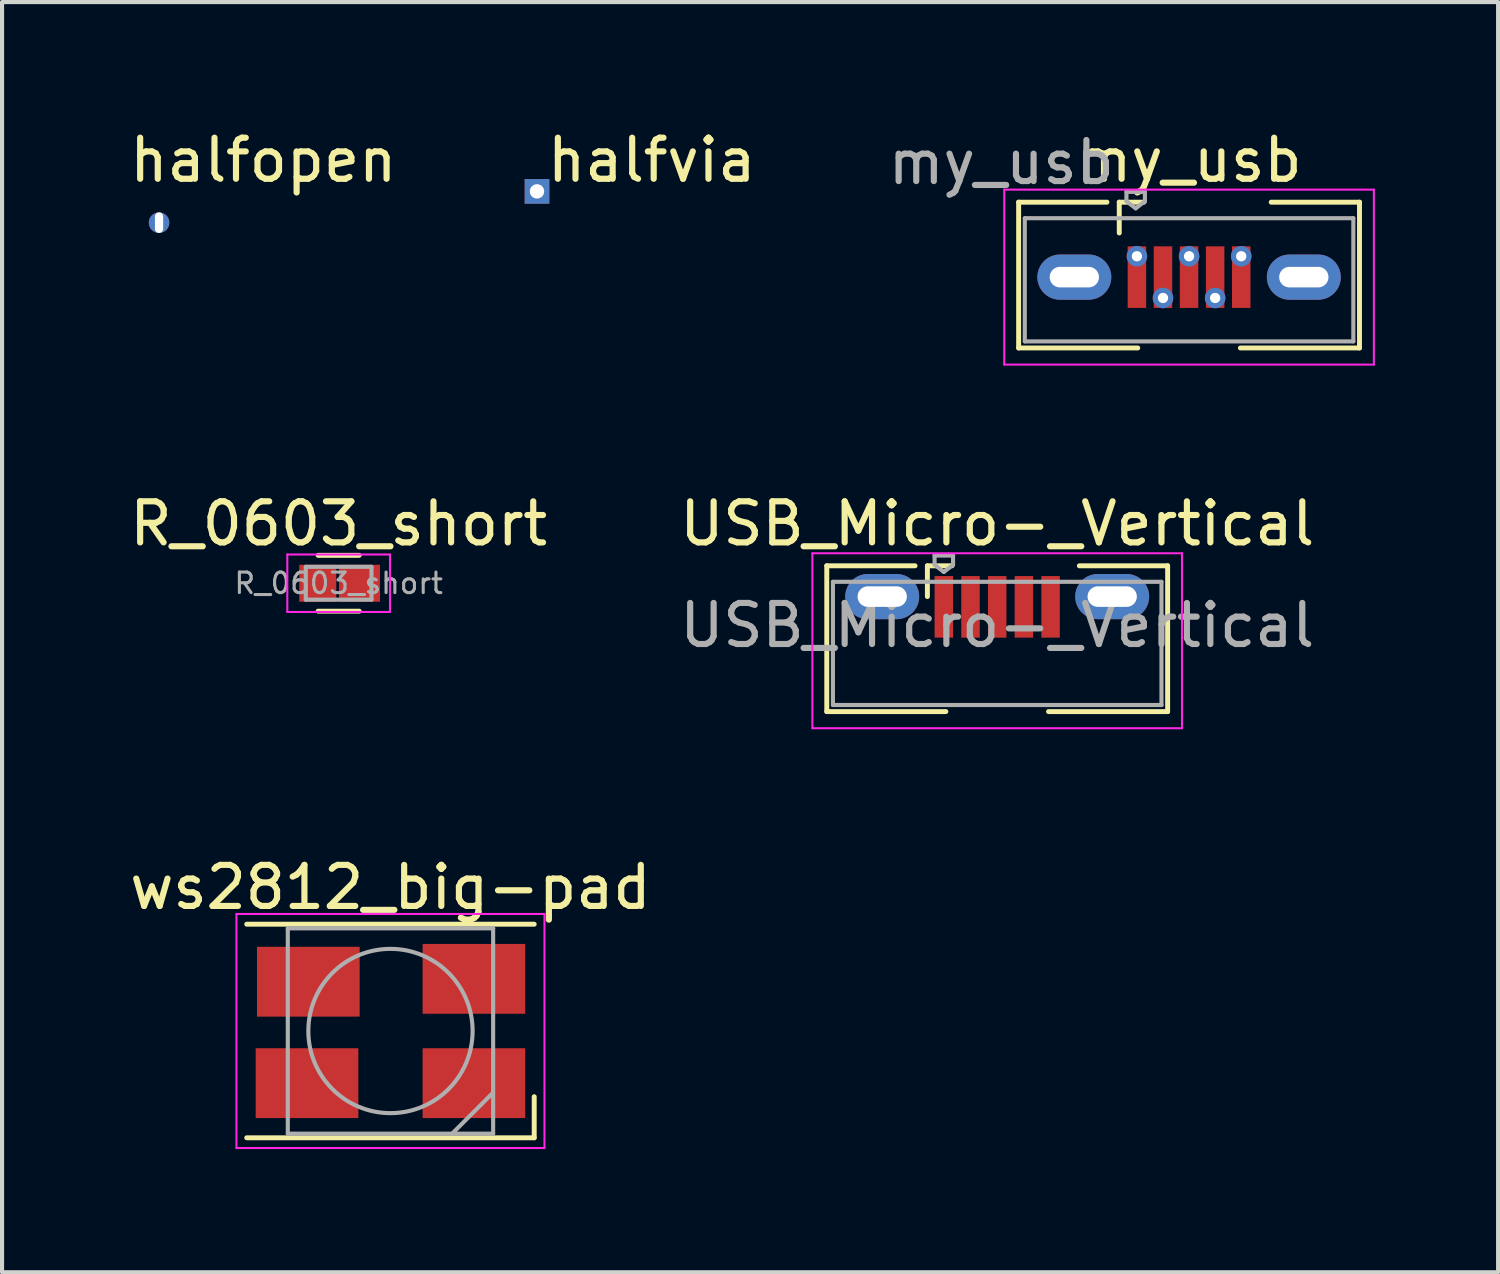
<source format=kicad_pcb>
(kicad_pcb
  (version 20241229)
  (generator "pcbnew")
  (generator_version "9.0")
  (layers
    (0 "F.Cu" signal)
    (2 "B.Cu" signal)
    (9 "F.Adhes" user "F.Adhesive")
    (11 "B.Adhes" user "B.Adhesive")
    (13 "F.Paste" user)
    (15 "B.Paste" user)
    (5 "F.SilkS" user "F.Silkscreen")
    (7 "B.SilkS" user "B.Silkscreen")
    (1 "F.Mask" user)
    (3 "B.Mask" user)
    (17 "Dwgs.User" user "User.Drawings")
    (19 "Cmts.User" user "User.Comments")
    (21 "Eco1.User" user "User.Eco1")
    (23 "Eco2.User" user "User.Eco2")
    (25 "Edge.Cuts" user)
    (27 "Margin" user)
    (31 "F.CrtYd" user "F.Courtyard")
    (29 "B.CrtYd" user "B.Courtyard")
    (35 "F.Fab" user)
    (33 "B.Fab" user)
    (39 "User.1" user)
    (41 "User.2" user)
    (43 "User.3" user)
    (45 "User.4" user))
  (footprint "halfopen"
    (layer "F.Cu")
    (at 0.823 2.372)
    (property "Reference" "halfopen" (at 2.54 -1.524 0) (layer "F.SilkS") (effects (font (size 1 1) (thickness 0.15))))
    (attr through_hole)
    (pad "1" thru_hole circle (at 0 0) (size 0.5 0.5) (drill oval 0.2 0.5) (layers "*.Cu" "*.Mask")))
  (footprint "ws2812_big-pad"
    (placed yes)
    (layer "F.Cu")
    (at 6.458 22.055)
    (property "Reference" "ws2812_big-pad" (at 0 -3.5 0) (layer "F.SilkS") (effects (font (size 1 1) (thickness 0.15))))
    (attr smd)
    (fp_line (start -3.5 -2.6) (end 3.5 -2.6) (stroke (width 0.12) (type solid)) (layer "F.SilkS"))
    (fp_line (start -3.5 2.6) (end 3.5 2.6) (stroke (width 0.12) (type solid)) (layer "F.SilkS"))
    (fp_line (start 3.5 2.6) (end 3.5 1.6) (stroke (width 0.12) (type solid)) (layer "F.SilkS"))
    (fp_line (start -3.75 -2.85) (end -3.75 2.85) (stroke (width 0.05) (type solid)) (layer "F.CrtYd"))
    (fp_line (start -3.75 2.85) (end 3.75 2.85) (stroke (width 0.05) (type solid)) (layer "F.CrtYd"))
    (fp_line (start 3.75 -2.85) (end -3.75 -2.85) (stroke (width 0.05) (type solid)) (layer "F.CrtYd"))
    (fp_line (start 3.75 2.85) (end 3.75 -2.85) (stroke (width 0.05) (type solid)) (layer "F.CrtYd"))
    (fp_line (start -2.5 -2.5) (end -2.5 2.5) (stroke (width 0.1) (type solid)) (layer "F.Fab"))
    (fp_line (start -2.5 2.5) (end 2.5 2.5) (stroke (width 0.1) (type solid)) (layer "F.Fab"))
    (fp_line (start 2.5 -2.5) (end -2.5 -2.5) (stroke (width 0.1) (type solid)) (layer "F.Fab"))
    (fp_line (start 2.5 1.5) (end 1.5 2.5) (stroke (width 0.1) (type solid)) (layer "F.Fab"))
    (fp_line (start 2.5 2.5) (end 2.5 -2.5) (stroke (width 0.1) (type solid)) (layer "F.Fab"))
    (fp_circle (center 0 0) (end 0 -2) (stroke (width 0.1) (type solid)) (fill no) (layer "F.Fab"))
    (pad "1" smd rect (at -2 -1.2) (size 2.5 1.7) (layers "F.Cu" "F.Mask" "F.Paste"))
    (pad "2" smd rect (at -2.032 1.27) (size 2.5 1.7) (layers "F.Cu" "F.Mask" "F.Paste"))
    (pad "3" smd rect (at 2.032 1.27) (size 2.5 1.7) (layers "F.Cu" "F.Mask" "F.Paste"))
    (pad "4" smd rect (at 2.032 -1.27) (size 2.5 1.7) (layers "F.Cu" "F.Mask" "F.Paste")))
  (footprint "R_0603_short"
    (placed yes)
    (layer "F.Cu")
    (at 5.196 11.152)
    (property "Reference" "R_0603_short" (at 0 -1.45 0) (layer "F.SilkS") (effects (font (size 1 1) (thickness 0.15))))
    (attr smd)
    (fp_line (start -0.5 -0.68) (end 0.5 -0.68) (stroke (width 0.12) (type solid)) (layer "F.SilkS"))
    (fp_line (start 0.5 0.68) (end -0.5 0.68) (stroke (width 0.12) (type solid)) (layer "F.SilkS"))
    (fp_line (start -1.25 -0.7) (end -1.25 0.7) (stroke (width 0.05) (type solid)) (layer "F.CrtYd"))
    (fp_line (start -1.25 -0.7) (end 1.25 -0.7) (stroke (width 0.05) (type solid)) (layer "F.CrtYd"))
    (fp_line (start 1.25 0.7) (end -1.25 0.7) (stroke (width 0.05) (type solid)) (layer "F.CrtYd"))
    (fp_line (start 1.25 0.7) (end 1.25 -0.7) (stroke (width 0.05) (type solid)) (layer "F.CrtYd"))
    (fp_line (start -0.8 -0.4) (end 0.8 -0.4) (stroke (width 0.1) (type solid)) (layer "F.Fab"))
    (fp_line (start -0.8 0.4) (end -0.8 -0.4) (stroke (width 0.1) (type solid)) (layer "F.Fab"))
    (fp_line (start 0.8 -0.4) (end 0.8 0.4) (stroke (width 0.1) (type solid)) (layer "F.Fab"))
    (fp_line (start 0.8 0.4) (end -0.8 0.4) (stroke (width 0.1) (type solid)) (layer "F.Fab"))
    (fp_text user "${REFERENCE}" (at 0 0 0) (layer "F.Fab") (effects (font (size 0.5 0.5) (thickness 0.075))))
    (pad "1" smd trapezoid (at -0.508 0) (size 0.9 0.9) (layers "F.Cu" "F.Mask" "F.Paste"))
    (pad "2" smd rect (at 0.508 0) (size 1 0.9) (layers "F.Cu" "F.Mask" "F.Paste")))
  (footprint "my_usb"
    (layer "F.Cu")
    (at 25.904 3.698)
    (property "Reference" "my_usb" (at 0 -2.85 0) (layer "F.SilkS") (effects (font (size 1 1) (thickness 0.15))))
    (attr smd)
    (fp_line (start -4.15 -1.825) (end -4.15 1.725) (stroke (width 0.12) (type solid)) (layer "F.SilkS"))
    (fp_line (start -4.15 1.725) (end -1.25 1.725) (stroke (width 0.12) (type solid)) (layer "F.SilkS"))
    (fp_line (start -2 -1.825) (end -4.15 -1.825) (stroke (width 0.12) (type solid)) (layer "F.SilkS"))
    (fp_line (start -1.7 -1.825) (end -1.1 -1.825) (stroke (width 0.12) (type solid)) (layer "F.SilkS"))
    (fp_line (start -1.7 -1.075) (end -1.7 -1.825) (stroke (width 0.12) (type solid)) (layer "F.SilkS"))
    (fp_line (start 2 -1.825) (end 4.15 -1.825) (stroke (width 0.12) (type solid)) (layer "F.SilkS"))
    (fp_line (start 4.15 -1.825) (end 4.15 1.725) (stroke (width 0.12) (type solid)) (layer "F.SilkS"))
    (fp_line (start 4.15 1.725) (end 1.25 1.725) (stroke (width 0.12) (type solid)) (layer "F.SilkS"))
    (fp_line (start -4.5 -2.13) (end 4.5 -2.13) (stroke (width 0.05) (type solid)) (layer "F.CrtYd"))
    (fp_line (start -4.5 2.13) (end -4.5 -2.13) (stroke (width 0.05) (type solid)) (layer "F.CrtYd"))
    (fp_line (start -4.5 2.13) (end 4.5 2.13) (stroke (width 0.05) (type solid)) (layer "F.CrtYd"))
    (fp_line (start 4.5 2.13) (end 4.5 -2.13) (stroke (width 0.05) (type solid)) (layer "F.CrtYd"))
    (fp_line (start -4 1.565) (end -4 -1.435) (stroke (width 0.1) (type solid)) (layer "F.Fab"))
    (fp_line (start -4 1.565) (end 4 1.565) (stroke (width 0.1) (type solid)) (layer "F.Fab"))
    (fp_line (start -1.525 -2.075) (end -1.075 -2.075) (stroke (width 0.1) (type solid)) (layer "F.Fab"))
    (fp_line (start -1.525 -1.85) (end -1.525 -2.075) (stroke (width 0.1) (type solid)) (layer "F.Fab"))
    (fp_line (start -1.3 -1.675) (end -1.525 -1.85) (stroke (width 0.1) (type solid)) (layer "F.Fab"))
    (fp_line (start -1.3 -1.675) (end -1.075 -1.85) (stroke (width 0.1) (type solid)) (layer "F.Fab"))
    (fp_line (start -1.075 -2.075) (end -1.075 -1.85) (stroke (width 0.1) (type solid)) (layer "F.Fab"))
    (fp_line (start 4 -1.435) (end -4 -1.435) (stroke (width 0.1) (type solid)) (layer "F.Fab"))
    (fp_line (start 4 1.565) (end 4 -1.435) (stroke (width 0.1) (type solid)) (layer "F.Fab"))
    (fp_text user "${REFERENCE}" (at -4.572 -2.794 0) (layer "F.Fab") (effects (font (size 1 1) (thickness 0.15))))
    (pad "1" thru_hole circle (at -1.27 -0.508) (size 0.5 0.5) (drill 0.25) (layers "*.Cu" "*.Mask"))
    (pad "1" smd rect (at -1.27 0) (size 0.45 1.5) (layers "F.Cu" "F.Mask" "F.Paste"))
    (pad "2" smd rect (at -0.635 0) (size 0.45 1.5) (layers "F.Cu" "F.Mask" "F.Paste"))
    (pad "2" thru_hole circle (at -0.635 0.508) (size 0.5 0.5) (drill 0.25) (layers "*.Cu" "*.Mask"))
    (pad "3" thru_hole circle (at 0 -0.508) (size 0.5 0.5) (drill 0.25) (layers "*.Cu" "*.Mask"))
    (pad "3" smd rect (at 0 0) (size 0.45 1.5) (layers "F.Cu" "F.Mask" "F.Paste"))
    (pad "4" smd rect (at 0.635 0) (size 0.45 1.5) (layers "F.Cu" "F.Mask" "F.Paste"))
    (pad "4" thru_hole circle (at 0.635 0.508) (size 0.5 0.5) (drill 0.25) (layers "*.Cu" "*.Mask"))
    (pad "5" thru_hole circle (at 1.27 -0.508) (size 0.5 0.5) (drill 0.25) (layers "*.Cu" "*.Mask"))
    (pad "5" smd rect (at 1.27 0) (size 0.45 1.5) (layers "F.Cu" "F.Mask" "F.Paste"))
    (pad "6" thru_hole oval (at -2.794 0) (size 1.8 1.1) (drill oval 1.2 0.5) (layers "*.Cu" "*.Mask"))
    (pad "6" thru_hole oval (at 2.794 0) (size 1.8 1.1) (drill oval 1.2 0.5) (layers "*.Cu" "*.Mask")))
  (footprint "USB_Micro-_Vertical"
    (layer "F.Cu")
    (at 21.232 12.552)
    (property "Reference" "USB_Micro-_Vertical" (at 0 -2.85 0) (layer "F.SilkS") (effects (font (size 1 1) (thickness 0.15))))
    (attr smd)
    (fp_line (start -4.15 -1.825) (end -4.15 1.725) (stroke (width 0.12) (type solid)) (layer "F.SilkS"))
    (fp_line (start -4.15 1.725) (end -1.25 1.725) (stroke (width 0.12) (type solid)) (layer "F.SilkS"))
    (fp_line (start -2 -1.825) (end -4.15 -1.825) (stroke (width 0.12) (type solid)) (layer "F.SilkS"))
    (fp_line (start -1.7 -1.825) (end -1.1 -1.825) (stroke (width 0.12) (type solid)) (layer "F.SilkS"))
    (fp_line (start -1.7 -1.075) (end -1.7 -1.825) (stroke (width 0.12) (type solid)) (layer "F.SilkS"))
    (fp_line (start 2 -1.825) (end 4.15 -1.825) (stroke (width 0.12) (type solid)) (layer "F.SilkS"))
    (fp_line (start 4.15 -1.825) (end 4.15 1.725) (stroke (width 0.12) (type solid)) (layer "F.SilkS"))
    (fp_line (start 4.15 1.725) (end 1.25 1.725) (stroke (width 0.12) (type solid)) (layer "F.SilkS"))
    (fp_line (start -4.5 -2.13) (end 4.5 -2.13) (stroke (width 0.05) (type solid)) (layer "F.CrtYd"))
    (fp_line (start -4.5 2.13) (end -4.5 -2.13) (stroke (width 0.05) (type solid)) (layer "F.CrtYd"))
    (fp_line (start -4.5 2.13) (end 4.5 2.13) (stroke (width 0.05) (type solid)) (layer "F.CrtYd"))
    (fp_line (start 4.5 2.13) (end 4.5 -2.13) (stroke (width 0.05) (type solid)) (layer "F.CrtYd"))
    (fp_line (start -4 1.565) (end -4 -1.435) (stroke (width 0.1) (type solid)) (layer "F.Fab"))
    (fp_line (start -4 1.565) (end 4 1.565) (stroke (width 0.1) (type solid)) (layer "F.Fab"))
    (fp_line (start -1.525 -2.075) (end -1.075 -2.075) (stroke (width 0.1) (type solid)) (layer "F.Fab"))
    (fp_line (start -1.525 -1.85) (end -1.525 -2.075) (stroke (width 0.1) (type solid)) (layer "F.Fab"))
    (fp_line (start -1.3 -1.675) (end -1.525 -1.85) (stroke (width 0.1) (type solid)) (layer "F.Fab"))
    (fp_line (start -1.3 -1.675) (end -1.075 -1.85) (stroke (width 0.1) (type solid)) (layer "F.Fab"))
    (fp_line (start -1.075 -2.075) (end -1.075 -1.85) (stroke (width 0.1) (type solid)) (layer "F.Fab"))
    (fp_line (start 4 -1.435) (end -4 -1.435) (stroke (width 0.1) (type solid)) (layer "F.Fab"))
    (fp_line (start 4 1.565) (end 4 -1.435) (stroke (width 0.1) (type solid)) (layer "F.Fab"))
    (fp_text user "${REFERENCE}" (at 0 -0.375 0) (layer "F.Fab") (effects (font (size 1 1) (thickness 0.15))))
    (pad "1" smd rect (at -1.3 -0.825) (size 0.45 1.5) (layers "F.Cu" "F.Mask" "F.Paste"))
    (pad "2" smd rect (at -0.65 -0.825) (size 0.45 1.5) (layers "F.Cu" "F.Mask" "F.Paste"))
    (pad "3" smd rect (at 0 -0.825) (size 0.45 1.5) (layers "F.Cu" "F.Mask" "F.Paste"))
    (pad "4" smd rect (at 0.65 -0.825) (size 0.45 1.5) (layers "F.Cu" "F.Mask" "F.Paste"))
    (pad "5" smd rect (at 1.3 -0.825) (size 0.45 1.5) (layers "F.Cu" "F.Mask" "F.Paste"))
    (pad "6" thru_hole oval (at -2.8 -1.075) (size 1.8 1.1) (drill oval 1.2 0.5) (layers "*.Cu" "*.Mask"))
    (pad "6" thru_hole oval (at 2.8 -1.075) (size 1.8 1.1) (drill oval 1.2 0.5) (layers "*.Cu" "*.Mask")))
  (footprint "halfvia"
    (layer "F.Cu")
    (at 10.026 1.61)
    (property "Reference" "halfvia" (at 2.794 -0.762 0) (layer "F.SilkS") (effects (font (size 1 1) (thickness 0.15))))
    (attr through_hole)
    (pad "1" thru_hole rect (at 0 0) (size 0.6 0.6) (drill 0.35) (layers "*.Cu" "*.Mask")))
  (gr_rect
    (start -3 -3)
    (end 33.429 27.93)
    (stroke (width 0.1) (type default))
    (fill no)
    (layer "Edge.Cuts")))
</source>
